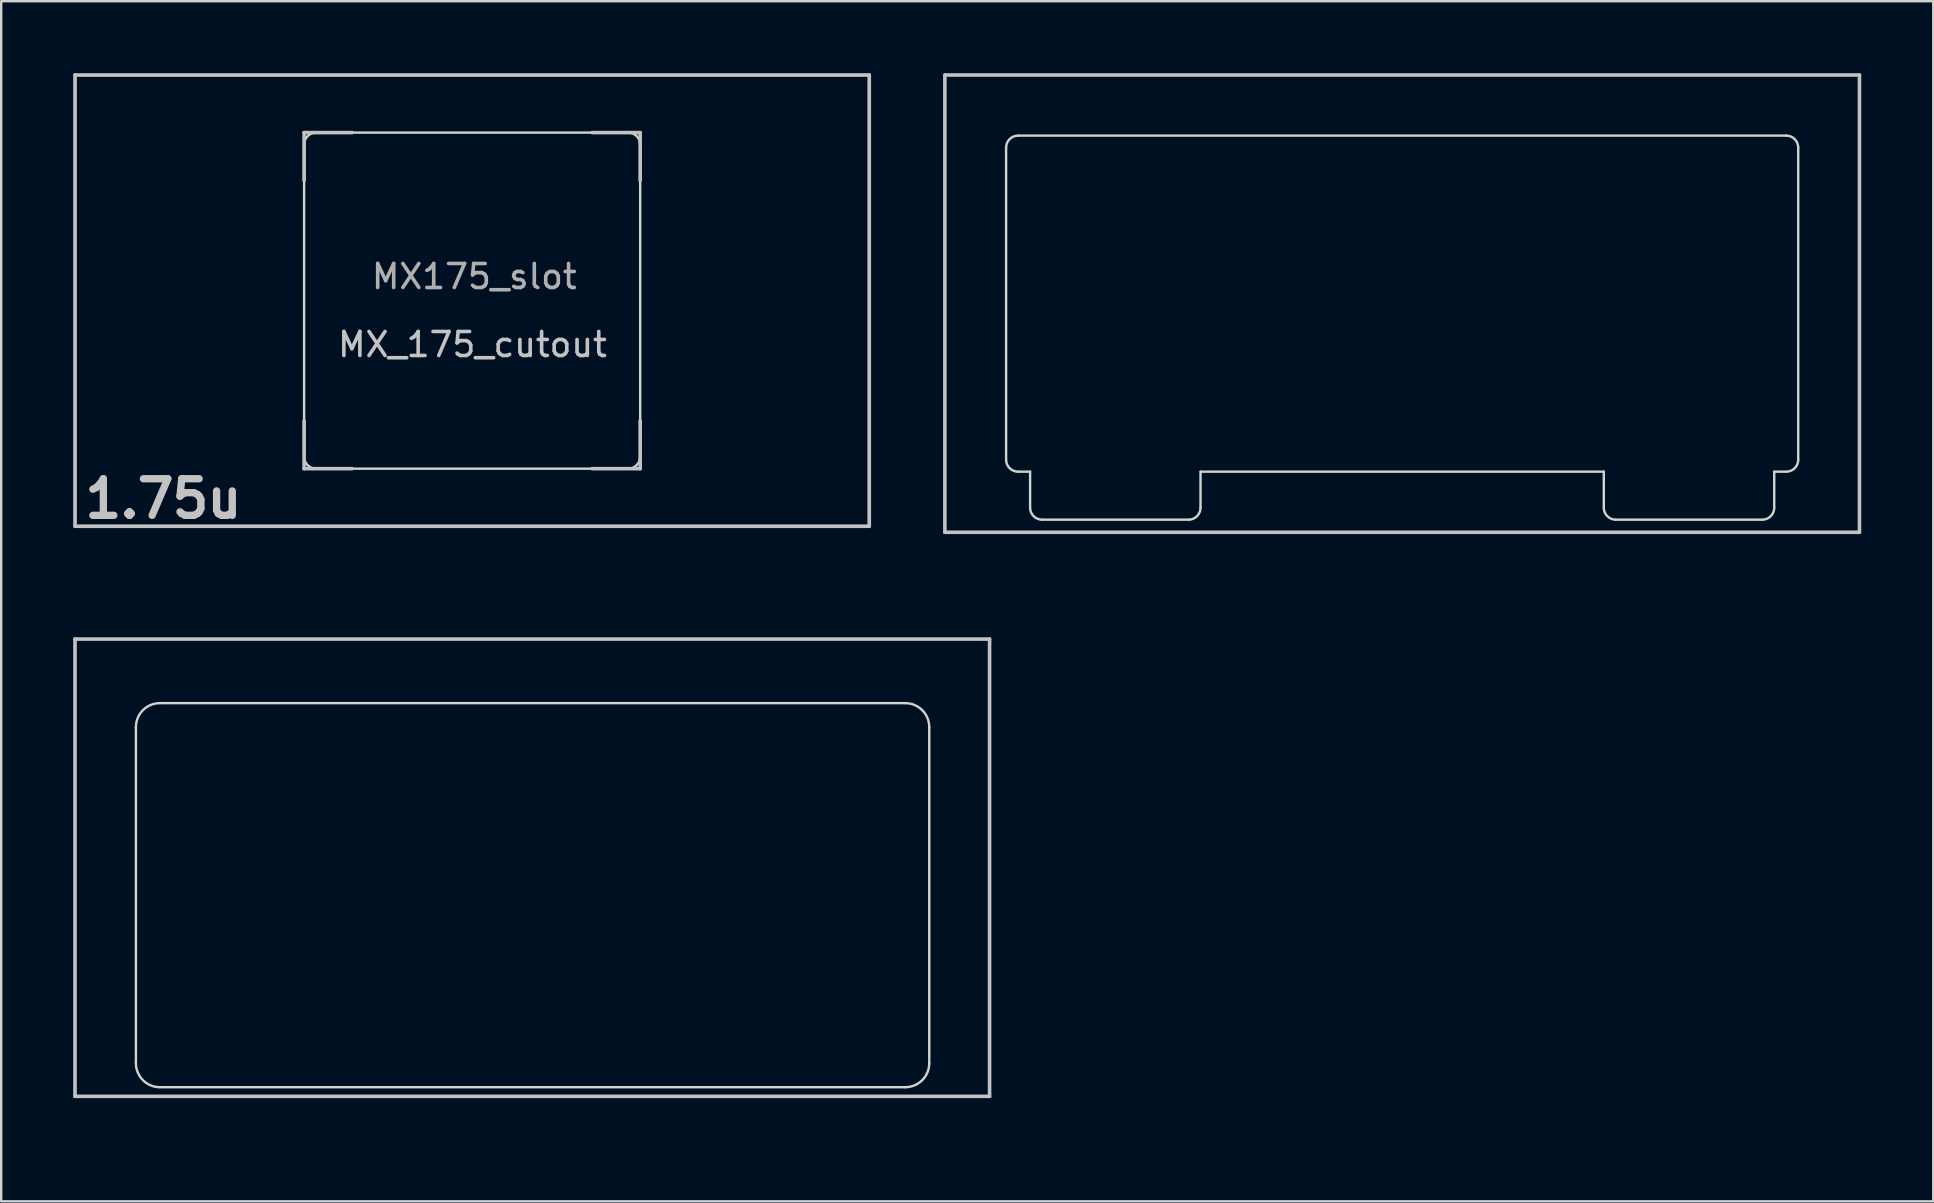
<source format=kicad_pcb>
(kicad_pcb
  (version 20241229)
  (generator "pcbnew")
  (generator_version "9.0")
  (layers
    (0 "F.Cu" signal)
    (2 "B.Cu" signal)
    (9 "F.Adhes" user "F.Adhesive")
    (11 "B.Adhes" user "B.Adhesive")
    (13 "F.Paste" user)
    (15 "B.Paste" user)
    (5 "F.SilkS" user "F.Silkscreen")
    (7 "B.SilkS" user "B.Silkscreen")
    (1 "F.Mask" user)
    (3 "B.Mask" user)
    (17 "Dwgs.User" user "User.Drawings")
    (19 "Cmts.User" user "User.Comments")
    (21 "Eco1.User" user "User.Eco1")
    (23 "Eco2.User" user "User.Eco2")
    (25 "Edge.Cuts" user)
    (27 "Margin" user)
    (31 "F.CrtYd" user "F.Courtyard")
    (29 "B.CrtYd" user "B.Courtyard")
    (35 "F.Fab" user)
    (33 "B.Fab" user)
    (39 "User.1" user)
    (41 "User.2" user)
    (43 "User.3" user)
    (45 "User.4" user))
  (footprint "MX_200_cutout"
    (layer "F.Cu")
    (at 55.363 9.6)
    (property "Reference" "MX_200_cutout" (at 0.25 10.05 0) (layer "Eco2.User") (effects (font (size 1 1) (thickness 0.15))))
    (attr through_hole)
    (fp_line (start -19.05 -9.525) (end -19.05 9.525) (stroke (width 0.15) (type solid)) (layer "Dwgs.User"))
    (fp_line (start -19.05 -9.525) (end 19.05 -9.525) (stroke (width 0.15) (type solid)) (layer "Dwgs.User"))
    (fp_line (start -19.05 9.525) (end 19.05 9.525) (stroke (width 0.15) (type solid)) (layer "Dwgs.User"))
    (fp_line (start 19.05 -9.525) (end 19.05 9.525) (stroke (width 0.15) (type solid)) (layer "Dwgs.User"))
    (fp_line (start -16.5 -6.5) (end -16.5 6.5) (stroke (width 0.1) (type solid)) (layer "Edge.Cuts"))
    (fp_line (start -16 7) (end -15.5 7) (stroke (width 0.1) (type solid)) (layer "Edge.Cuts"))
    (fp_line (start -15.5 7) (end -15.5 8.5) (stroke (width 0.1) (type solid)) (layer "Edge.Cuts"))
    (fp_line (start -15 9) (end -8.9 9) (stroke (width 0.1) (type solid)) (layer "Edge.Cuts"))
    (fp_line (start -8.4 7) (end -8.4 8.5) (stroke (width 0.1) (type solid)) (layer "Edge.Cuts"))
    (fp_line (start -8.4 7) (end 8.4 7) (stroke (width 0.1) (type solid)) (layer "Edge.Cuts"))
    (fp_line (start 8.4 7) (end 8.4 8.5) (stroke (width 0.1) (type solid)) (layer "Edge.Cuts"))
    (fp_line (start 8.9 9) (end 15 9) (stroke (width 0.1) (type solid)) (layer "Edge.Cuts"))
    (fp_line (start 15.5 7) (end 15.5 8.5) (stroke (width 0.1) (type solid)) (layer "Edge.Cuts"))
    (fp_line (start 16 -7) (end -16 -7) (stroke (width 0.1) (type solid)) (layer "Edge.Cuts"))
    (fp_line (start 16 7) (end 15.5 7) (stroke (width 0.1) (type solid)) (layer "Edge.Cuts"))
    (fp_line (start 16.5 6.5) (end 16.5 -6.5) (stroke (width 0.1) (type solid)) (layer "Edge.Cuts"))
    (fp_arc (start -16.5 -6.5) (mid -16.353553 -6.853553) (end -16 -7) (stroke (width 0.1) (type solid)) (layer "Edge.Cuts"))
    (fp_arc (start -16 7) (mid -16.353553 6.853553) (end -16.5 6.5) (stroke (width 0.1) (type solid)) (layer "Edge.Cuts"))
    (fp_arc (start -15 9) (mid -15.353553 8.853553) (end -15.5 8.5) (stroke (width 0.1) (type solid)) (layer "Edge.Cuts"))
    (fp_arc (start -8.4 8.5) (mid -8.546447 8.853553) (end -8.9 9) (stroke (width 0.1) (type solid)) (layer "Edge.Cuts"))
    (fp_arc (start 8.9 9) (mid 8.546447 8.853553) (end 8.4 8.5) (stroke (width 0.1) (type solid)) (layer "Edge.Cuts"))
    (fp_arc (start 15.5 8.5) (mid 15.353553 8.853553) (end 15 9) (stroke (width 0.1) (type solid)) (layer "Edge.Cuts"))
    (fp_arc (start 16 -7) (mid 16.353553 -6.853553) (end 16.5 -6.5) (stroke (width 0.1) (type solid)) (layer "Edge.Cuts"))
    (fp_arc (start 16.5 6.5) (mid 16.353553 6.853553) (end 16 7) (stroke (width 0.1) (type solid)) (layer "Edge.Cuts"))
    (fp_text user "edge_cut_width" (at 0 0 0) (layer "Edge.Cuts") (effects (font (size 0.001 0.001) (thickness 0.1)))))
  (footprint "MX_200_cutout_plated_2_vert"
    (layer "F.Cu")
    (at 19.125 33.098)
    (property "Reference" "MX_200_cutout_plated_2_vert" (at 0.25 10.05 0) (layer "Eco2.User") (effects (font (size 1 1) (thickness 0.15))))
    (attr through_hole)
    (fp_line (start -16.513 -5.856) (end -16.513 8.144) (stroke (width 1.5) (type solid)) (layer "F.Mask"))
    (fp_line (start -15.513 9.144) (end 15.537 9.144) (stroke (width 1.5) (type solid)) (layer "F.Mask"))
    (fp_line (start 15.537 -6.856) (end -15.513 -6.856) (stroke (width 1.5) (type solid)) (layer "F.Mask"))
    (fp_line (start 16.537 -5.856) (end 16.537 8.144) (stroke (width 1.5) (type solid)) (layer "F.Mask"))
    (fp_arc (start -16.513 -5.85625) (mid -16.220107 -6.563357) (end -15.513 -6.85625) (stroke (width 1.5) (type solid)) (layer "F.Mask"))
    (fp_arc (start -15.513 9.14375) (mid -16.220107 8.850857) (end -16.513 8.14375) (stroke (width 1.5) (type solid)) (layer "F.Mask"))
    (fp_arc (start 15.537 -6.85625) (mid 16.244107 -6.563357) (end 16.537 -5.85625) (stroke (width 1.5) (type solid)) (layer "F.Mask"))
    (fp_arc (start 16.537 8.14375) (mid 16.244107 8.850857) (end 15.537 9.14375) (stroke (width 1.5) (type solid)) (layer "F.Mask"))
    (fp_line (start -16.513 -5.856) (end -16.513 8.144) (stroke (width 1.5) (type solid)) (layer "B.Mask"))
    (fp_line (start -15.513 9.144) (end 15.537 9.144) (stroke (width 1.5) (type solid)) (layer "B.Mask"))
    (fp_line (start 15.587 -6.856) (end -15.513 -6.856) (stroke (width 1.5) (type solid)) (layer "B.Mask"))
    (fp_line (start 16.537 -5.856) (end 16.537 8.144) (stroke (width 1.5) (type solid)) (layer "B.Mask"))
    (fp_arc (start -16.513 -5.85625) (mid -16.220107 -6.563357) (end -15.513 -6.85625) (stroke (width 1.5) (type solid)) (layer "B.Mask"))
    (fp_arc (start -15.513 9.14375) (mid -16.220107 8.850857) (end -16.513 8.14375) (stroke (width 1.5) (type solid)) (layer "B.Mask"))
    (fp_arc (start 15.537 -6.85625) (mid 16.244107 -6.563357) (end 16.537 -5.85625) (stroke (width 1.5) (type solid)) (layer "B.Mask"))
    (fp_arc (start 16.537 8.14375) (mid 16.244107 8.850857) (end 15.537 9.14375) (stroke (width 1.5) (type solid)) (layer "B.Mask"))
    (fp_line (start -19.05 -9.525) (end -19.05 9.525) (stroke (width 0.15) (type solid)) (layer "Dwgs.User"))
    (fp_line (start -19.05 -9.525) (end 19.05 -9.525) (stroke (width 0.15) (type solid)) (layer "Dwgs.User"))
    (fp_line (start -19.05 9.525) (end 19.05 9.525) (stroke (width 0.15) (type solid)) (layer "Dwgs.User"))
    (fp_line (start 19.05 -9.525) (end 19.05 9.525) (stroke (width 0.15) (type solid)) (layer "Dwgs.User"))
    (fp_line (start -16.513 -5.856) (end -16.513 8.144) (stroke (width 0.1) (type solid)) (layer "Edge.Cuts"))
    (fp_line (start -15.513 9.144) (end 15.537 9.144) (stroke (width 0.1) (type solid)) (layer "Edge.Cuts"))
    (fp_line (start 15.537 -6.856) (end -15.513 -6.856) (stroke (width 0.1) (type solid)) (layer "Edge.Cuts"))
    (fp_line (start 16.537 8.144) (end 16.537 -5.856) (stroke (width 0.1) (type solid)) (layer "Edge.Cuts"))
    (fp_arc (start -16.513 -5.85625) (mid -16.220107 -6.563357) (end -15.513 -6.85625) (stroke (width 0.1) (type solid)) (layer "Edge.Cuts"))
    (fp_arc (start -15.513 9.14375) (mid -16.220107 8.850857) (end -16.513 8.14375) (stroke (width 0.1) (type solid)) (layer "Edge.Cuts"))
    (fp_arc (start 15.537 -6.85625) (mid 16.244107 -6.563357) (end 16.537 -5.85625) (stroke (width 0.1) (type solid)) (layer "Edge.Cuts"))
    (fp_arc (start 16.537 8.14375) (mid 16.244107 8.850857) (end 15.537 9.14375) (stroke (width 0.1) (type solid)) (layer "Edge.Cuts")))
  (footprint "MX_175_cutout"
    (layer "F.Cu")
    (at 16.619 9.474)
    (property "Reference" "MX_175_cutout" (at 0.013 1.829 0) (layer "Dwgs.User") (effects (font (size 1 1) (thickness 0.15))))
    (attr through_hole)
    (fp_line (start -16.543 -9.398) (end 16.543 -9.398) (stroke (width 0.152) (type solid)) (layer "Dwgs.User"))
    (fp_line (start -16.543 9.398) (end -16.543 -9.398) (stroke (width 0.152) (type solid)) (layer "Dwgs.User"))
    (fp_line (start -7 -7) (end -7 -5) (stroke (width 0.15) (type solid)) (layer "Dwgs.User"))
    (fp_line (start -7 5) (end -7 7) (stroke (width 0.15) (type solid)) (layer "Dwgs.User"))
    (fp_line (start -7 7) (end -5 7) (stroke (width 0.15) (type solid)) (layer "Dwgs.User"))
    (fp_line (start -5 -7) (end -7 -7) (stroke (width 0.15) (type solid)) (layer "Dwgs.User"))
    (fp_line (start 5 -7) (end 7 -7) (stroke (width 0.15) (type solid)) (layer "Dwgs.User"))
    (fp_line (start 5 7) (end 7 7) (stroke (width 0.15) (type solid)) (layer "Dwgs.User"))
    (fp_line (start 7 -7) (end 7 -5) (stroke (width 0.15) (type solid)) (layer "Dwgs.User"))
    (fp_line (start 7 7) (end 7 5) (stroke (width 0.15) (type solid)) (layer "Dwgs.User"))
    (fp_line (start 16.543 -9.398) (end 16.543 9.398) (stroke (width 0.152) (type solid)) (layer "Dwgs.User"))
    (fp_line (start 16.543 9.398) (end -16.543 9.398) (stroke (width 0.152) (type solid)) (layer "Dwgs.User"))
    (fp_line (start -6.985 -6.985) (end 6.985 -6.985) (stroke (width 0.152) (type solid)) (layer "Eco2.User"))
    (fp_line (start -6.985 6.985) (end -6.985 -6.985) (stroke (width 0.152) (type solid)) (layer "Eco2.User"))
    (fp_line (start -6.985 6.985) (end -6.985 -6.985) (stroke (width 0.152) (type solid)) (layer "Eco2.User"))
    (fp_line (start 6.985 -6.985) (end 6.985 6.985) (stroke (width 0.152) (type solid)) (layer "Eco2.User"))
    (fp_line (start 6.985 -6.985) (end 6.985 6.985) (stroke (width 0.152) (type solid)) (layer "Eco2.User"))
    (fp_line (start 6.985 6.985) (end -6.985 6.985) (stroke (width 0.152) (type solid)) (layer "Eco2.User"))
    (fp_line (start -7 -6.5) (end -7 6.5) (stroke (width 0.1) (type solid)) (layer "Edge.Cuts"))
    (fp_line (start 6.5 -7) (end -6.5 -7) (stroke (width 0.1) (type solid)) (layer "Edge.Cuts"))
    (fp_line (start 6.5 7) (end -6.5 7) (stroke (width 0.1) (type solid)) (layer "Edge.Cuts"))
    (fp_line (start 7 6.5) (end 7 -6.5) (stroke (width 0.1) (type solid)) (layer "Edge.Cuts"))
    (fp_arc (start -7 -6.5) (mid -6.853553 -6.853553) (end -6.5 -7) (stroke (width 0.1) (type solid)) (layer "Edge.Cuts"))
    (fp_arc (start -6.5 7) (mid -6.853553 6.853553) (end -7 6.5) (stroke (width 0.1) (type solid)) (layer "Edge.Cuts"))
    (fp_arc (start 6.5 -7) (mid 6.853553 -6.853553) (end 7 -6.5) (stroke (width 0.1) (type solid)) (layer "Edge.Cuts"))
    (fp_arc (start 7 6.5) (mid 6.853553 6.853553) (end 6.5 7) (stroke (width 0.1) (type solid)) (layer "Edge.Cuts"))
    (fp_text user "1.75u" (at -12.86 8.255 0) (layer "Dwgs.User") (effects (font (size 1.524 1.524) (thickness 0.305))))
    (fp_text user "MX175_slot" (at 0.089 -1.003 0) (layer "F.Fab") (effects (font (size 1 1) (thickness 0.15)))))
  (gr_rect
    (start -3 -3)
    (end 77.488 46.996)
    (stroke (width 0.1) (type default))
    (fill no)
    (layer "Edge.Cuts")))
</source>
